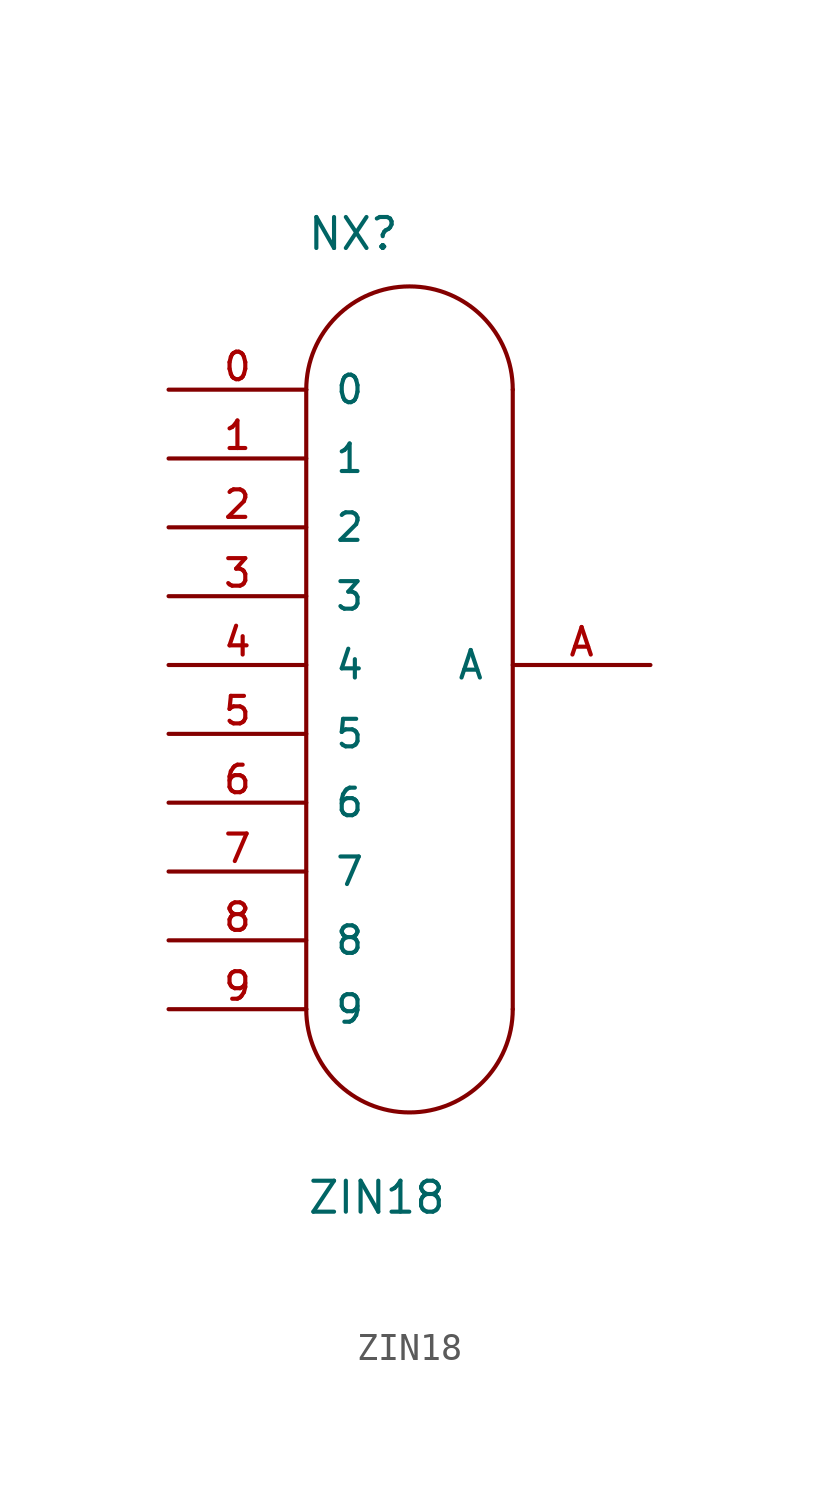
<source format=kicad_sym>
(kicad_symbol_lib
  (version 20211014)
  (generator kicad_symbol_editor)
  (symbol "ZIN18"
    (pin_names
      (offset 1.016))
    (property "Reference" "NX"
      (at -22.86 12.7 0)
      (effects (font (size 1.143 1.143)) (justify left bottom)))
    (property "Value" "ZIN18"
      (at -22.86 -22.86 0)
      (effects (font (size 1.143 1.143)) (justify left bottom)))
    (property "ki_locked" ""
      (at 0 0 0)
      (effects (font (size 1.27 1.27))))
    (symbol "ZIN18_1_0"
      (polyline (pts (xy -22.86 7.62) (xy -22.86 -15.24)) (stroke (width 0) (type default) (color 0 0 0 0)) (fill (type none)))
      (polyline (pts (xy -15.24 7.62) (xy -15.24 -15.24)) (stroke (width 0) (type default) (color 0 0 0 0)) (fill (type none))))
    (symbol "ZIN18_1_1"
      (arc (start -22.86 -15.24) (mid -19.05 -19.05) (end -15.24 -15.24) (stroke (width 0) (type default) (color 0 0 0 0)) (fill (type none)))
      (arc (start -15.24 7.62) (mid -19.05 11.43) (end -22.86 7.62) (stroke (width 0) (type default) (color 0 0 0 0)) (fill (type none)))
      (pin passive line (at -27.94 7.62 0) (length 5.08) (name "0" (effects (font (size 1.016 1.016)))) (number "0" (effects (font (size 1.016 1.016)))))
      (pin passive line (at -27.94 5.08 0) (length 5.08) (name "1" (effects (font (size 1.016 1.016)))) (number "1" (effects (font (size 1.016 1.016)))))
      (pin passive line (at -27.94 2.54 0) (length 5.08) (name "2" (effects (font (size 1.016 1.016)))) (number "2" (effects (font (size 1.016 1.016)))))
      (pin passive line (at -27.94 0 0) (length 5.08) (name "3" (effects (font (size 1.016 1.016)))) (number "3" (effects (font (size 1.016 1.016)))))
      (pin passive line (at -27.94 -2.54 0) (length 5.08) (name "4" (effects (font (size 1.016 1.016)))) (number "4" (effects (font (size 1.016 1.016)))))
      (pin passive line (at -27.94 -5.08 0) (length 5.08) (name "5" (effects (font (size 1.016 1.016)))) (number "5" (effects (font (size 1.016 1.016)))))
      (pin passive line (at -27.94 -7.62 0) (length 5.08) (name "6" (effects (font (size 1.016 1.016)))) (number "6" (effects (font (size 1.016 1.016)))))
      (pin passive line (at -27.94 -10.16 0) (length 5.08) (name "7" (effects (font (size 1.016 1.016)))) (number "7" (effects (font (size 1.016 1.016)))))
      (pin passive line (at -27.94 -12.7 0) (length 5.08) (name "8" (effects (font (size 1.016 1.016)))) (number "8" (effects (font (size 1.016 1.016)))))
      (pin passive line (at -27.94 -15.24 0) (length 5.08) (name "9" (effects (font (size 1.016 1.016)))) (number "9" (effects (font (size 1.016 1.016)))))
      (pin passive line (at -10.16 -2.54 180) (length 5.08) (name "A" (effects (font (size 1.016 1.016)))) (number "A" (effects (font (size 1.016 1.016))))))))
</source>
